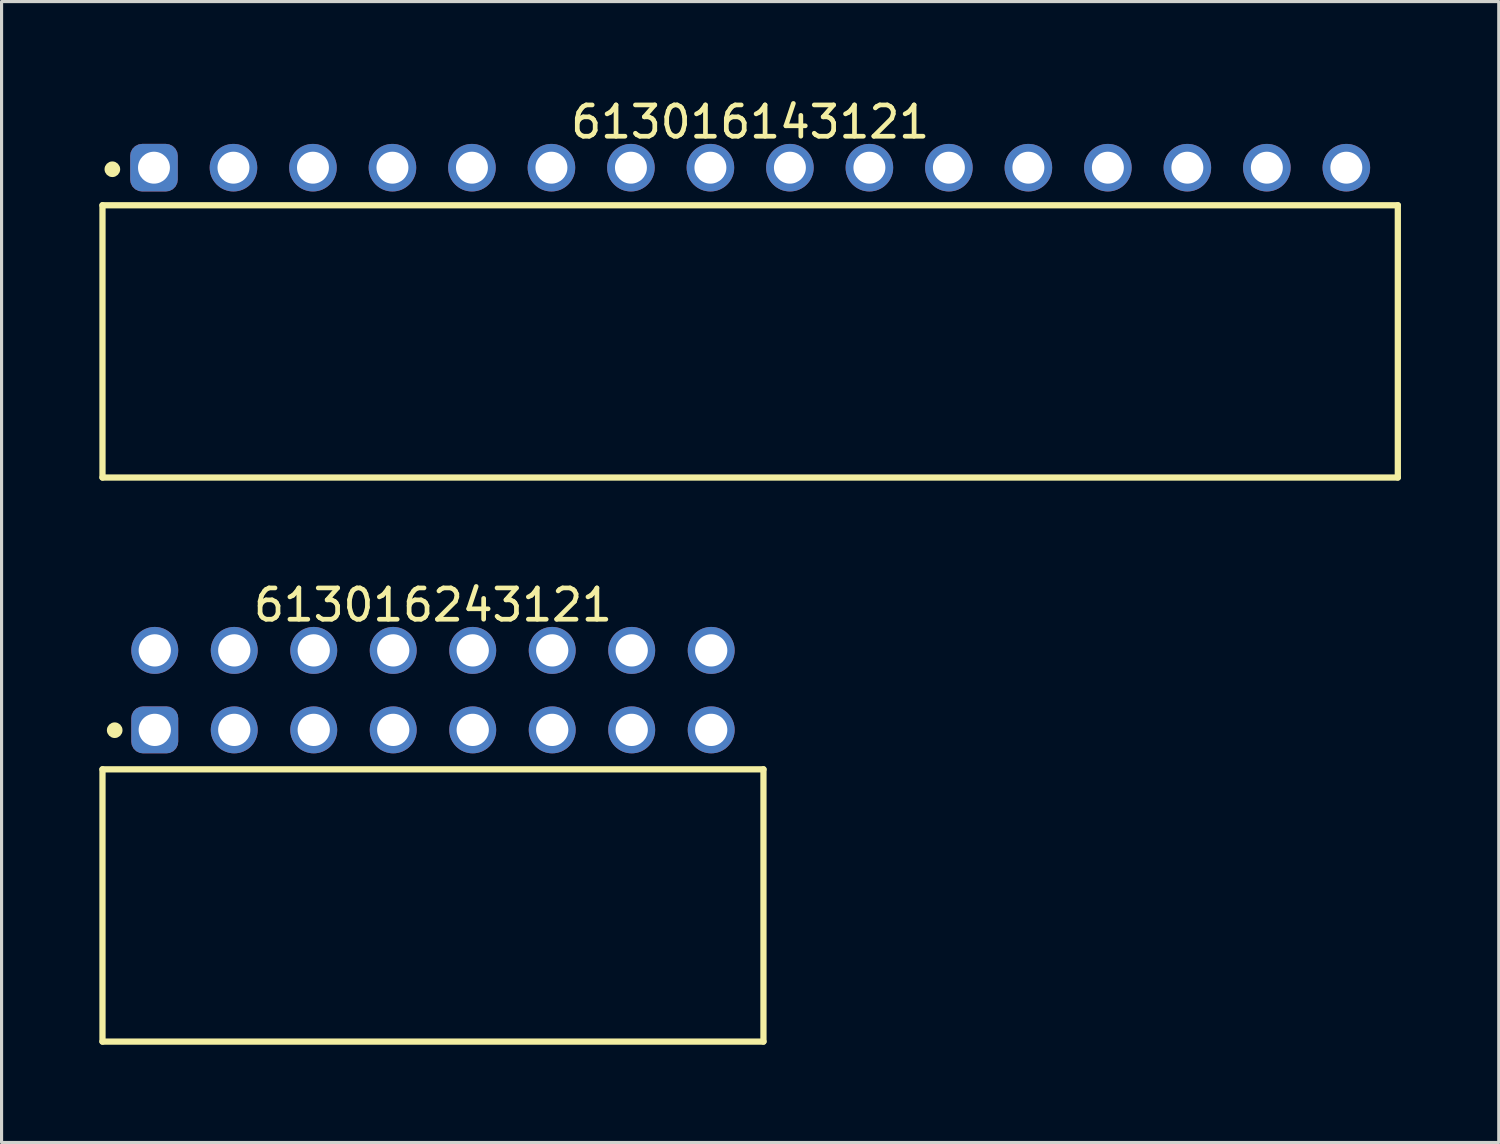
<source format=kicad_pcb>
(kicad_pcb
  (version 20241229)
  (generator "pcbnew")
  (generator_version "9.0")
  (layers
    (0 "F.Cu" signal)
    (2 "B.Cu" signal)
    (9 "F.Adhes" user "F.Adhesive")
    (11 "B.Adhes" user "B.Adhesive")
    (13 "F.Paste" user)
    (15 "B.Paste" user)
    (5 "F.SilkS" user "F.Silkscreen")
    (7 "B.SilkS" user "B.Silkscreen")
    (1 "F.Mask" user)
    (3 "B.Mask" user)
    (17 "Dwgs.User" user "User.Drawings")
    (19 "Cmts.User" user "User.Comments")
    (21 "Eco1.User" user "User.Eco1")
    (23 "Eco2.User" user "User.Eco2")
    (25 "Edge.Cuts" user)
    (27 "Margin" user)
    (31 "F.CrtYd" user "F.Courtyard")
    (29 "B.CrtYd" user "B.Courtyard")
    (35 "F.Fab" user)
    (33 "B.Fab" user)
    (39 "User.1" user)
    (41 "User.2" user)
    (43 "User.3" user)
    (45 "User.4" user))
  (footprint "613016143121"
    (layer "F.Cu")
    (at 20.92 7.858)
    (property "Reference" "613016143121" (at 0 -7.01 0) (layer "F.SilkS") (effects (font (size 1 1) (thickness 0.15))))
    (fp_line (start -20.695 -4.35) (end 20.695 -4.35) (stroke (width 0.2) (type solid)) (layer "F.SilkS"))
    (fp_line (start -20.695 4.35) (end -20.695 -4.35) (stroke (width 0.2) (type solid)) (layer "F.SilkS"))
    (fp_line (start -20.695 4.35) (end 20.695 4.35) (stroke (width 0.2) (type solid)) (layer "F.SilkS"))
    (fp_line (start 20.695 4.35) (end 20.695 -4.35) (stroke (width 0.2) (type solid)) (layer "F.SilkS"))
    (fp_circle (center -20.38 -5.5) (end -20.38 -5.625) (stroke (width 0.25) (type solid)) (fill no) (layer "F.SilkS"))
    (fp_line (start -20.895 -6.51) (end 20.895 -6.51) (stroke (width 0.05) (type solid)) (layer "Eco2.User"))
    (fp_line (start -20.895 4.55) (end -20.895 -6.51) (stroke (width 0.05) (type solid)) (layer "Eco2.User"))
    (fp_line (start -20.895 4.55) (end 20.895 4.55) (stroke (width 0.05) (type solid)) (layer "Eco2.User"))
    (fp_line (start -20.57 -4.25) (end 20.57 -4.25) (stroke (width 0.1) (type solid)) (layer "Eco2.User"))
    (fp_line (start -20.57 4.25) (end -20.57 -4.25) (stroke (width 0.1) (type solid)) (layer "Eco2.User"))
    (fp_line (start -20.57 4.25) (end 20.57 4.25) (stroke (width 0.1) (type solid)) (layer "Eco2.User"))
    (fp_line (start -19.42 -5.75) (end -18.68 -5.75) (stroke (width 0.1) (type solid)) (layer "Eco2.User"))
    (fp_line (start -19.42 -4.25) (end -19.42 -5.75) (stroke (width 0.1) (type solid)) (layer "Eco2.User"))
    (fp_line (start -18.68 -4.25) (end -18.68 -5.75) (stroke (width 0.1) (type solid)) (layer "Eco2.User"))
    (fp_line (start -16.88 -5.75) (end -16.14 -5.75) (stroke (width 0.1) (type solid)) (layer "Eco2.User"))
    (fp_line (start -16.88 -4.25) (end -16.88 -5.75) (stroke (width 0.1) (type solid)) (layer "Eco2.User"))
    (fp_line (start -16.14 -4.25) (end -16.14 -5.75) (stroke (width 0.1) (type solid)) (layer "Eco2.User"))
    (fp_line (start -14.34 -5.75) (end -13.6 -5.75) (stroke (width 0.1) (type solid)) (layer "Eco2.User"))
    (fp_line (start -14.34 -4.25) (end -14.34 -5.75) (stroke (width 0.1) (type solid)) (layer "Eco2.User"))
    (fp_line (start -13.6 -4.25) (end -13.6 -5.75) (stroke (width 0.1) (type solid)) (layer "Eco2.User"))
    (fp_line (start -11.8 -5.75) (end -11.06 -5.75) (stroke (width 0.1) (type solid)) (layer "Eco2.User"))
    (fp_line (start -11.8 -4.25) (end -11.8 -5.75) (stroke (width 0.1) (type solid)) (layer "Eco2.User"))
    (fp_line (start -11.06 -4.25) (end -11.06 -5.75) (stroke (width 0.1) (type solid)) (layer "Eco2.User"))
    (fp_line (start -9.26 -5.75) (end -8.52 -5.75) (stroke (width 0.1) (type solid)) (layer "Eco2.User"))
    (fp_line (start -9.26 -4.25) (end -9.26 -5.75) (stroke (width 0.1) (type solid)) (layer "Eco2.User"))
    (fp_line (start -8.52 -4.25) (end -8.52 -5.75) (stroke (width 0.1) (type solid)) (layer "Eco2.User"))
    (fp_line (start -6.72 -5.75) (end -5.98 -5.75) (stroke (width 0.1) (type solid)) (layer "Eco2.User"))
    (fp_line (start -6.72 -4.25) (end -6.72 -5.75) (stroke (width 0.1) (type solid)) (layer "Eco2.User"))
    (fp_line (start -5.98 -4.25) (end -5.98 -5.75) (stroke (width 0.1) (type solid)) (layer "Eco2.User"))
    (fp_line (start -4.18 -5.75) (end -3.44 -5.75) (stroke (width 0.1) (type solid)) (layer "Eco2.User"))
    (fp_line (start -4.18 -4.25) (end -4.18 -5.75) (stroke (width 0.1) (type solid)) (layer "Eco2.User"))
    (fp_line (start -3.44 -4.25) (end -3.44 -5.75) (stroke (width 0.1) (type solid)) (layer "Eco2.User"))
    (fp_line (start -1.64 -5.75) (end -0.9 -5.75) (stroke (width 0.1) (type solid)) (layer "Eco2.User"))
    (fp_line (start -1.64 -4.25) (end -1.64 -5.75) (stroke (width 0.1) (type solid)) (layer "Eco2.User"))
    (fp_line (start -0.9 -4.25) (end -0.9 -5.75) (stroke (width 0.1) (type solid)) (layer "Eco2.User"))
    (fp_line (start -0.5 0) (end 0.5 0) (stroke (width 0.05) (type solid)) (layer "Eco2.User"))
    (fp_line (start 0 0.5) (end 0 -0.5) (stroke (width 0.05) (type solid)) (layer "Eco2.User"))
    (fp_line (start 0.9 -5.75) (end 1.64 -5.75) (stroke (width 0.1) (type solid)) (layer "Eco2.User"))
    (fp_line (start 0.9 -4.25) (end 0.9 -5.75) (stroke (width 0.1) (type solid)) (layer "Eco2.User"))
    (fp_line (start 1.64 -4.25) (end 1.64 -5.75) (stroke (width 0.1) (type solid)) (layer "Eco2.User"))
    (fp_line (start 3.44 -5.75) (end 4.18 -5.75) (stroke (width 0.1) (type solid)) (layer "Eco2.User"))
    (fp_line (start 3.44 -4.25) (end 3.44 -5.75) (stroke (width 0.1) (type solid)) (layer "Eco2.User"))
    (fp_line (start 4.18 -4.25) (end 4.18 -5.75) (stroke (width 0.1) (type solid)) (layer "Eco2.User"))
    (fp_line (start 5.98 -5.75) (end 6.72 -5.75) (stroke (width 0.1) (type solid)) (layer "Eco2.User"))
    (fp_line (start 5.98 -4.25) (end 5.98 -5.75) (stroke (width 0.1) (type solid)) (layer "Eco2.User"))
    (fp_line (start 6.72 -4.25) (end 6.72 -5.75) (stroke (width 0.1) (type solid)) (layer "Eco2.User"))
    (fp_line (start 8.52 -5.75) (end 9.26 -5.75) (stroke (width 0.1) (type solid)) (layer "Eco2.User"))
    (fp_line (start 8.52 -4.25) (end 8.52 -5.75) (stroke (width 0.1) (type solid)) (layer "Eco2.User"))
    (fp_line (start 9.26 -4.25) (end 9.26 -5.75) (stroke (width 0.1) (type solid)) (layer "Eco2.User"))
    (fp_line (start 11.06 -5.75) (end 11.8 -5.75) (stroke (width 0.1) (type solid)) (layer "Eco2.User"))
    (fp_line (start 11.06 -4.25) (end 11.06 -5.75) (stroke (width 0.1) (type solid)) (layer "Eco2.User"))
    (fp_line (start 11.8 -4.25) (end 11.8 -5.75) (stroke (width 0.1) (type solid)) (layer "Eco2.User"))
    (fp_line (start 13.6 -5.75) (end 14.34 -5.75) (stroke (width 0.1) (type solid)) (layer "Eco2.User"))
    (fp_line (start 13.6 -4.25) (end 13.6 -5.75) (stroke (width 0.1) (type solid)) (layer "Eco2.User"))
    (fp_line (start 14.34 -4.25) (end 14.34 -5.75) (stroke (width 0.1) (type solid)) (layer "Eco2.User"))
    (fp_line (start 16.14 -5.75) (end 16.88 -5.75) (stroke (width 0.1) (type solid)) (layer "Eco2.User"))
    (fp_line (start 16.14 -4.25) (end 16.14 -5.75) (stroke (width 0.1) (type solid)) (layer "Eco2.User"))
    (fp_line (start 16.88 -4.25) (end 16.88 -5.75) (stroke (width 0.1) (type solid)) (layer "Eco2.User"))
    (fp_line (start 18.68 -5.75) (end 19.42 -5.75) (stroke (width 0.1) (type solid)) (layer "Eco2.User"))
    (fp_line (start 18.68 -4.25) (end 18.68 -5.75) (stroke (width 0.1) (type solid)) (layer "Eco2.User"))
    (fp_line (start 19.42 -4.25) (end 19.42 -5.75) (stroke (width 0.1) (type solid)) (layer "Eco2.User"))
    (fp_line (start 20.57 4.25) (end 20.57 -4.25) (stroke (width 0.1) (type solid)) (layer "Eco2.User"))
    (fp_line (start 20.895 4.55) (end 20.895 -6.51) (stroke (width 0.05) (type solid)) (layer "Eco2.User"))
    (fp_text user "${REFERENCE}" (at 0.15 -0.197 0) (unlocked yes) (layer "User.3") (effects (font (size 1.5 1.5) (thickness 0.15))))
    (pad "1" thru_hole roundrect (at -19.05 -5.55) (size 1.52 1.52) (drill 1.02) (layers "*.Cu" "*.Mask") (roundrect_rratio 0.25))
    (pad "2" thru_hole circle (at -16.51 -5.55) (size 1.52 1.52) (drill 1.02) (layers "*.Cu" "*.Mask"))
    (pad "3" thru_hole circle (at -13.97 -5.55) (size 1.52 1.52) (drill 1.02) (layers "*.Cu" "*.Mask"))
    (pad "4" thru_hole circle (at -11.43 -5.55) (size 1.52 1.52) (drill 1.02) (layers "*.Cu" "*.Mask"))
    (pad "5" thru_hole circle (at -8.89 -5.55) (size 1.52 1.52) (drill 1.02) (layers "*.Cu" "*.Mask"))
    (pad "6" thru_hole circle (at -6.35 -5.55) (size 1.52 1.52) (drill 1.02) (layers "*.Cu" "*.Mask"))
    (pad "7" thru_hole circle (at -3.81 -5.55) (size 1.52 1.52) (drill 1.02) (layers "*.Cu" "*.Mask"))
    (pad "8" thru_hole circle (at -1.27 -5.55) (size 1.52 1.52) (drill 1.02) (layers "*.Cu" "*.Mask"))
    (pad "9" thru_hole circle (at 1.27 -5.55) (size 1.52 1.52) (drill 1.02) (layers "*.Cu" "*.Mask"))
    (pad "10" thru_hole circle (at 3.81 -5.55) (size 1.52 1.52) (drill 1.02) (layers "*.Cu" "*.Mask"))
    (pad "11" thru_hole circle (at 6.35 -5.55) (size 1.52 1.52) (drill 1.02) (layers "*.Cu" "*.Mask"))
    (pad "12" thru_hole circle (at 8.89 -5.55) (size 1.52 1.52) (drill 1.02) (layers "*.Cu" "*.Mask"))
    (pad "13" thru_hole circle (at 11.43 -5.55) (size 1.52 1.52) (drill 1.02) (layers "*.Cu" "*.Mask"))
    (pad "14" thru_hole circle (at 13.97 -5.55) (size 1.52 1.52) (drill 1.02) (layers "*.Cu" "*.Mask"))
    (pad "15" thru_hole circle (at 16.51 -5.55) (size 1.52 1.52) (drill 1.02) (layers "*.Cu" "*.Mask"))
    (pad "16" thru_hole circle (at 19.05 -5.55) (size 1.52 1.52) (drill 1.02) (layers "*.Cu" "*.Mask")))
  (footprint "613016243121"
    (layer "F.Cu")
    (at 10.785 25.882)
    (property "Reference" "613016243121" (at 0 -9.6 0) (layer "F.SilkS") (effects (font (size 1 1) (thickness 0.15))))
    (fp_line (start -10.56 -4.35) (end 10.56 -4.35) (stroke (width 0.2) (type solid)) (layer "F.SilkS"))
    (fp_line (start -10.56 4.35) (end -10.56 -4.35) (stroke (width 0.2) (type solid)) (layer "F.SilkS"))
    (fp_line (start -10.56 4.35) (end 10.56 4.35) (stroke (width 0.2) (type solid)) (layer "F.SilkS"))
    (fp_line (start 10.56 4.35) (end 10.56 -4.35) (stroke (width 0.2) (type solid)) (layer "F.SilkS"))
    (fp_circle (center -10.17 -5.6) (end -10.17 -5.725) (stroke (width 0.25) (type solid)) (fill no) (layer "F.SilkS"))
    (fp_line (start -10.76 -9.1) (end 10.76 -9.1) (stroke (width 0.05) (type solid)) (layer "Eco2.User"))
    (fp_line (start -10.76 4.55) (end -10.76 -9.1) (stroke (width 0.05) (type solid)) (layer "Eco2.User"))
    (fp_line (start -10.76 4.55) (end 10.76 4.55) (stroke (width 0.05) (type solid)) (layer "Eco2.User"))
    (fp_line (start -10.41 -4.25) (end 10.41 -4.25) (stroke (width 0.1) (type solid)) (layer "Eco2.User"))
    (fp_line (start -10.41 4.25) (end -10.41 -4.25) (stroke (width 0.1) (type solid)) (layer "Eco2.User"))
    (fp_line (start -10.41 4.25) (end 10.41 4.25) (stroke (width 0.1) (type solid)) (layer "Eco2.User"))
    (fp_line (start -9.26 -8.35) (end -8.52 -8.35) (stroke (width 0.1) (type solid)) (layer "Eco2.User"))
    (fp_line (start -9.26 -5.81) (end -8.52 -5.81) (stroke (width 0.1) (type solid)) (layer "Eco2.User"))
    (fp_line (start -9.26 -4.25) (end -9.26 -8.35) (stroke (width 0.1) (type solid)) (layer "Eco2.User"))
    (fp_line (start -8.52 -4.25) (end -8.52 -8.35) (stroke (width 0.1) (type solid)) (layer "Eco2.User"))
    (fp_line (start -6.72 -8.35) (end -5.98 -8.35) (stroke (width 0.1) (type solid)) (layer "Eco2.User"))
    (fp_line (start -6.72 -5.81) (end -5.98 -5.81) (stroke (width 0.1) (type solid)) (layer "Eco2.User"))
    (fp_line (start -6.72 -4.25) (end -6.72 -8.35) (stroke (width 0.1) (type solid)) (layer "Eco2.User"))
    (fp_line (start -5.98 -4.25) (end -5.98 -8.35) (stroke (width 0.1) (type solid)) (layer "Eco2.User"))
    (fp_line (start -4.18 -8.35) (end -3.44 -8.35) (stroke (width 0.1) (type solid)) (layer "Eco2.User"))
    (fp_line (start -4.18 -5.81) (end -3.44 -5.81) (stroke (width 0.1) (type solid)) (layer "Eco2.User"))
    (fp_line (start -4.18 -4.25) (end -4.18 -8.35) (stroke (width 0.1) (type solid)) (layer "Eco2.User"))
    (fp_line (start -3.44 -4.25) (end -3.44 -8.35) (stroke (width 0.1) (type solid)) (layer "Eco2.User"))
    (fp_line (start -1.64 -8.35) (end -0.9 -8.35) (stroke (width 0.1) (type solid)) (layer "Eco2.User"))
    (fp_line (start -1.64 -5.81) (end -0.9 -5.81) (stroke (width 0.1) (type solid)) (layer "Eco2.User"))
    (fp_line (start -1.64 -4.25) (end -1.64 -8.35) (stroke (width 0.1) (type solid)) (layer "Eco2.User"))
    (fp_line (start -0.9 -4.25) (end -0.9 -8.35) (stroke (width 0.1) (type solid)) (layer "Eco2.User"))
    (fp_line (start -0.5 0) (end 0.5 0) (stroke (width 0.05) (type solid)) (layer "Eco2.User"))
    (fp_line (start 0 0.5) (end 0 -0.5) (stroke (width 0.05) (type solid)) (layer "Eco2.User"))
    (fp_line (start 0.9 -8.35) (end 1.64 -8.35) (stroke (width 0.1) (type solid)) (layer "Eco2.User"))
    (fp_line (start 0.9 -5.81) (end 1.64 -5.81) (stroke (width 0.1) (type solid)) (layer "Eco2.User"))
    (fp_line (start 0.9 -4.25) (end 0.9 -8.35) (stroke (width 0.1) (type solid)) (layer "Eco2.User"))
    (fp_line (start 1.64 -4.25) (end 1.64 -8.35) (stroke (width 0.1) (type solid)) (layer "Eco2.User"))
    (fp_line (start 3.44 -8.35) (end 4.18 -8.35) (stroke (width 0.1) (type solid)) (layer "Eco2.User"))
    (fp_line (start 3.44 -5.81) (end 4.18 -5.81) (stroke (width 0.1) (type solid)) (layer "Eco2.User"))
    (fp_line (start 3.44 -4.25) (end 3.44 -8.35) (stroke (width 0.1) (type solid)) (layer "Eco2.User"))
    (fp_line (start 4.18 -4.25) (end 4.18 -8.35) (stroke (width 0.1) (type solid)) (layer "Eco2.User"))
    (fp_line (start 5.98 -8.35) (end 6.72 -8.35) (stroke (width 0.1) (type solid)) (layer "Eco2.User"))
    (fp_line (start 5.98 -5.81) (end 6.72 -5.81) (stroke (width 0.1) (type solid)) (layer "Eco2.User"))
    (fp_line (start 5.98 -4.25) (end 5.98 -8.35) (stroke (width 0.1) (type solid)) (layer "Eco2.User"))
    (fp_line (start 6.72 -4.25) (end 6.72 -8.35) (stroke (width 0.1) (type solid)) (layer "Eco2.User"))
    (fp_line (start 8.52 -8.35) (end 9.26 -8.35) (stroke (width 0.1) (type solid)) (layer "Eco2.User"))
    (fp_line (start 8.52 -5.81) (end 9.26 -5.81) (stroke (width 0.1) (type solid)) (layer "Eco2.User"))
    (fp_line (start 8.52 -4.25) (end 8.52 -8.35) (stroke (width 0.1) (type solid)) (layer "Eco2.User"))
    (fp_line (start 9.26 -4.25) (end 9.26 -8.35) (stroke (width 0.1) (type solid)) (layer "Eco2.User"))
    (fp_line (start 10.41 4.25) (end 10.41 -4.25) (stroke (width 0.1) (type solid)) (layer "Eco2.User"))
    (fp_line (start 10.76 4.55) (end 10.76 -9.1) (stroke (width 0.05) (type solid)) (layer "Eco2.User"))
    (fp_text user "${REFERENCE}" (at 0.15 -0.197 0) (unlocked yes) (layer "User.3") (effects (font (size 1.5 1.5) (thickness 0.15))))
    (pad "1" thru_hole roundrect (at -8.89 -5.61) (size 1.5 1.5) (drill 1.03) (layers "*.Cu" "*.Mask") (roundrect_rratio 0.25))
    (pad "2" thru_hole circle (at -8.89 -8.15) (size 1.5 1.5) (drill 1.03) (layers "*.Cu" "*.Mask"))
    (pad "3" thru_hole circle (at -6.35 -5.61) (size 1.5 1.5) (drill 1.03) (layers "*.Cu" "*.Mask"))
    (pad "4" thru_hole circle (at -6.35 -8.15) (size 1.5 1.5) (drill 1.03) (layers "*.Cu" "*.Mask"))
    (pad "5" thru_hole circle (at -3.81 -5.61) (size 1.5 1.5) (drill 1.03) (layers "*.Cu" "*.Mask"))
    (pad "6" thru_hole circle (at -3.81 -8.15) (size 1.5 1.5) (drill 1.03) (layers "*.Cu" "*.Mask"))
    (pad "7" thru_hole circle (at -1.27 -5.61) (size 1.5 1.5) (drill 1.03) (layers "*.Cu" "*.Mask"))
    (pad "8" thru_hole circle (at -1.27 -8.15) (size 1.5 1.5) (drill 1.03) (layers "*.Cu" "*.Mask"))
    (pad "9" thru_hole circle (at 1.27 -5.61) (size 1.5 1.5) (drill 1.03) (layers "*.Cu" "*.Mask"))
    (pad "10" thru_hole circle (at 1.27 -8.15) (size 1.5 1.5) (drill 1.03) (layers "*.Cu" "*.Mask"))
    (pad "11" thru_hole circle (at 3.81 -5.61) (size 1.5 1.5) (drill 1.03) (layers "*.Cu" "*.Mask"))
    (pad "12" thru_hole circle (at 3.81 -8.15) (size 1.5 1.5) (drill 1.03) (layers "*.Cu" "*.Mask"))
    (pad "13" thru_hole circle (at 6.35 -5.61) (size 1.5 1.5) (drill 1.03) (layers "*.Cu" "*.Mask"))
    (pad "14" thru_hole circle (at 6.35 -8.15) (size 1.5 1.5) (drill 1.03) (layers "*.Cu" "*.Mask"))
    (pad "15" thru_hole circle (at 8.89 -5.61) (size 1.5 1.5) (drill 1.03) (layers "*.Cu" "*.Mask"))
    (pad "16" thru_hole circle (at 8.89 -8.15) (size 1.5 1.5) (drill 1.03) (layers "*.Cu" "*.Mask")))
  (gr_rect
    (start -3 -3)
    (end 44.84 33.457)
    (stroke (width 0.1) (type default))
    (fill no)
    (layer "Edge.Cuts")))
</source>
